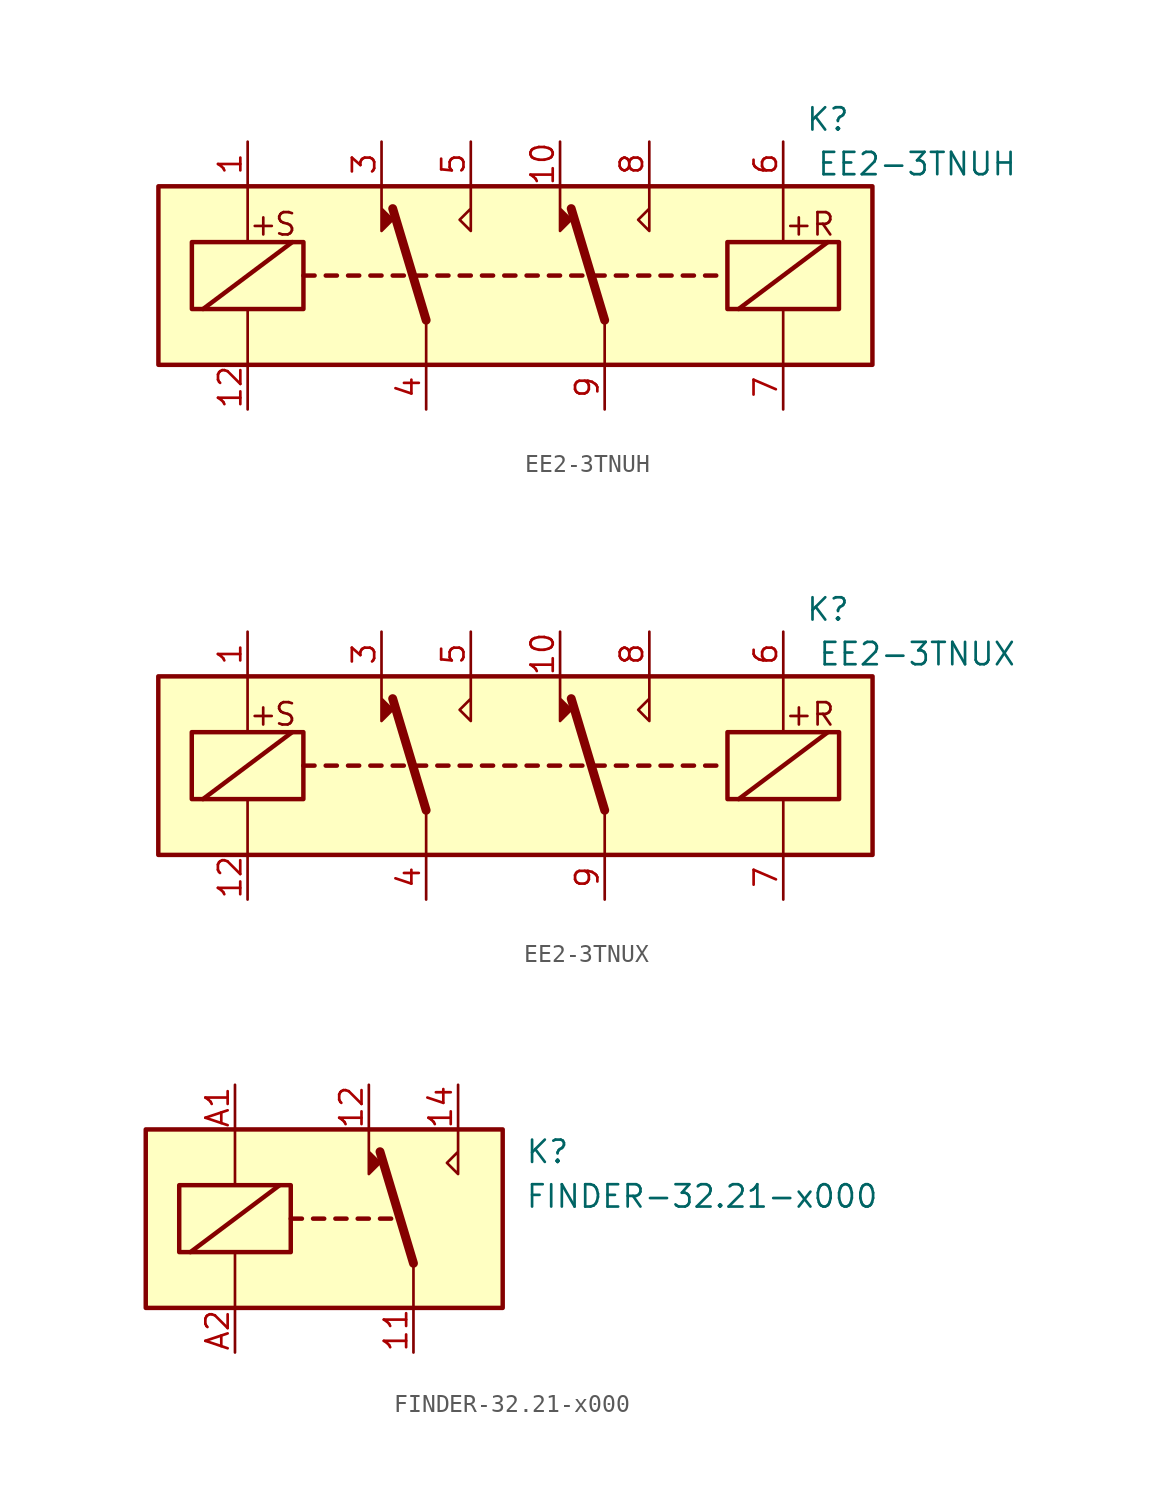
<source format=kicad_sym>
(kicad_symbol_lib
  (version 20211014)
  (generator kicad_symbol_editor)
  (symbol "EE2-3TNUH"
    (property "Reference" "K"
      (at 17.78 8.89 0)
      (effects (font (size 1.27 1.27))))
    (property "Value" "EE2-3TNUH"
      (at 22.86 6.35 0)
      (effects (font (size 1.27 1.27))))
    (symbol "EE2-3TNUH_1_1"
      (rectangle (start -20.32 5.08) (end 20.32 -5.08) (stroke (width 0.254) (type default) (color 0 0 0 0)) (fill (type background)))
      (rectangle (start -18.415 1.905) (end -12.065 -1.905) (stroke (width 0.254) (type default) (color 0 0 0 0)) (fill (type none)))
      (polyline (pts (xy -17.78 -1.905) (xy -12.7 1.905)) (stroke (width 0.254) (type default) (color 0 0 0 0)) (fill (type none)))
      (polyline (pts (xy -15.24 -5.08) (xy -15.24 -1.905)) (stroke (width 0) (type default) (color 0 0 0 0)) (fill (type none)))
      (polyline (pts (xy -15.24 5.08) (xy -15.24 1.905)) (stroke (width 0) (type default) (color 0 0 0 0)) (fill (type none)))
      (polyline (pts (xy -12.065 0) (xy -11.43 0)) (stroke (width 0.254) (type default) (color 0 0 0 0)) (fill (type none)))
      (polyline (pts (xy -10.795 0) (xy -10.16 0)) (stroke (width 0.254) (type default) (color 0 0 0 0)) (fill (type none)))
      (polyline (pts (xy -9.525 0) (xy -8.89 0)) (stroke (width 0.254) (type default) (color 0 0 0 0)) (fill (type none)))
      (polyline (pts (xy -8.255 0) (xy -7.62 0)) (stroke (width 0.254) (type default) (color 0 0 0 0)) (fill (type none)))
      (polyline (pts (xy -6.985 0) (xy -6.35 0)) (stroke (width 0.254) (type default) (color 0 0 0 0)) (fill (type none)))
      (polyline (pts (xy -5.715 0) (xy -5.08 0)) (stroke (width 0.254) (type default) (color 0 0 0 0)) (fill (type none)))
      (polyline (pts (xy -5.08 -2.54) (xy -6.985 3.81)) (stroke (width 0.508) (type default) (color 0 0 0 0)) (fill (type none)))
      (polyline (pts (xy -5.08 -2.54) (xy -5.08 -5.08)) (stroke (width 0) (type default) (color 0 0 0 0)) (fill (type none)))
      (polyline (pts (xy -4.445 0) (xy -3.81 0)) (stroke (width 0.254) (type default) (color 0 0 0 0)) (fill (type none)))
      (polyline (pts (xy -3.175 0) (xy -2.54 0)) (stroke (width 0.254) (type default) (color 0 0 0 0)) (fill (type none)))
      (polyline (pts (xy -1.905 0) (xy -1.27 0)) (stroke (width 0.254) (type default) (color 0 0 0 0)) (fill (type none)))
      (polyline (pts (xy -0.635 0) (xy 0 0)) (stroke (width 0.254) (type default) (color 0 0 0 0)) (fill (type none)))
      (polyline (pts (xy 0.635 0) (xy 1.27 0)) (stroke (width 0.254) (type default) (color 0 0 0 0)) (fill (type none)))
      (polyline (pts (xy 1.905 0) (xy 2.54 0)) (stroke (width 0.254) (type default) (color 0 0 0 0)) (fill (type none)))
      (polyline (pts (xy 3.175 0) (xy 3.81 0)) (stroke (width 0.254) (type default) (color 0 0 0 0)) (fill (type none)))
      (polyline (pts (xy 4.445 0) (xy 5.08 0)) (stroke (width 0.254) (type default) (color 0 0 0 0)) (fill (type none)))
      (polyline (pts (xy 5.08 -2.54) (xy 3.175 3.81)) (stroke (width 0.508) (type default) (color 0 0 0 0)) (fill (type none)))
      (polyline (pts (xy 5.08 -2.54) (xy 5.08 -5.08)) (stroke (width 0) (type default) (color 0 0 0 0)) (fill (type none)))
      (polyline (pts (xy 5.715 0) (xy 6.35 0)) (stroke (width 0.254) (type default) (color 0 0 0 0)) (fill (type none)))
      (polyline (pts (xy 6.985 0) (xy 7.62 0)) (stroke (width 0.254) (type default) (color 0 0 0 0)) (fill (type none)))
      (polyline (pts (xy 8.255 0) (xy 8.89 0)) (stroke (width 0.254) (type default) (color 0 0 0 0)) (fill (type none)))
      (polyline (pts (xy 9.525 0) (xy 10.16 0)) (stroke (width 0.254) (type default) (color 0 0 0 0)) (fill (type none)))
      (polyline (pts (xy 10.795 0) (xy 11.43 0)) (stroke (width 0.254) (type default) (color 0 0 0 0)) (fill (type none)))
      (polyline (pts (xy 12.7 -1.905) (xy 17.78 1.905)) (stroke (width 0.254) (type default) (color 0 0 0 0)) (fill (type none)))
      (polyline (pts (xy 15.24 -5.08) (xy 15.24 -1.905)) (stroke (width 0) (type default) (color 0 0 0 0)) (fill (type none)))
      (polyline (pts (xy 15.24 5.08) (xy 15.24 1.905)) (stroke (width 0) (type default) (color 0 0 0 0)) (fill (type none)))
      (polyline (pts (xy -7.62 5.08) (xy -7.62 2.54) (xy -6.985 3.175) (xy -7.62 3.81)) (stroke (width 0) (type default) (color 0 0 0 0)) (fill (type outline)))
      (polyline (pts (xy -2.54 5.08) (xy -2.54 2.54) (xy -3.175 3.175) (xy -2.54 3.81)) (stroke (width 0) (type default) (color 0 0 0 0)) (fill (type none)))
      (polyline (pts (xy 2.54 5.08) (xy 2.54 2.54) (xy 3.175 3.175) (xy 2.54 3.81)) (stroke (width 0) (type default) (color 0 0 0 0)) (fill (type outline)))
      (polyline (pts (xy 7.62 5.08) (xy 7.62 2.54) (xy 6.985 3.175) (xy 7.62 3.81)) (stroke (width 0) (type default) (color 0 0 0 0)) (fill (type none)))
      (rectangle (start 12.065 1.905) (end 18.415 -1.905) (stroke (width 0.254) (type default) (color 0 0 0 0)) (fill (type none)))
      (text "+" (at -14.351 2.921 0) (effects (font (size 1.27 1.27))))
      (text "+" (at 16.129 2.921 0) (effects (font (size 1.27 1.27))))
      (text "R" (at 17.526 2.921 0) (effects (font (size 1.27 1.27))))
      (text "S" (at -13.081 2.921 0) (effects (font (size 1.27 1.27))))
      (pin passive line (at -15.24 7.62 270) (length 2.54) (name "~" (effects (font (size 1.27 1.27)))) (number "1" (effects (font (size 1.27 1.27)))))
      (pin passive line (at 2.54 7.62 270) (length 2.54) (name "~" (effects (font (size 1.27 1.27)))) (number "10" (effects (font (size 1.27 1.27)))))
      (pin passive line (at -15.24 -7.62 90) (length 2.54) (name "~" (effects (font (size 1.27 1.27)))) (number "12" (effects (font (size 1.27 1.27)))))
      (pin passive line (at -7.62 7.62 270) (length 2.54) (name "~" (effects (font (size 1.27 1.27)))) (number "3" (effects (font (size 1.27 1.27)))))
      (pin passive line (at -5.08 -7.62 90) (length 2.54) (name "~" (effects (font (size 1.27 1.27)))) (number "4" (effects (font (size 1.27 1.27)))))
      (pin passive line (at -2.54 7.62 270) (length 2.54) (name "~" (effects (font (size 1.27 1.27)))) (number "5" (effects (font (size 1.27 1.27)))))
      (pin passive line (at 15.24 7.62 270) (length 2.54) (name "~" (effects (font (size 1.27 1.27)))) (number "6" (effects (font (size 1.27 1.27)))))
      (pin passive line (at 15.24 -7.62 90) (length 2.54) (name "~" (effects (font (size 1.27 1.27)))) (number "7" (effects (font (size 1.27 1.27)))))
      (pin passive line (at 7.62 7.62 270) (length 2.54) (name "~" (effects (font (size 1.27 1.27)))) (number "8" (effects (font (size 1.27 1.27)))))
      (pin passive line (at 5.08 -7.62 90) (length 2.54) (name "~" (effects (font (size 1.27 1.27)))) (number "9" (effects (font (size 1.27 1.27)))))))
  (symbol "EE2-3TNUX"
    (property "Reference" "K"
      (at 17.78 8.89 0)
      (effects (font (size 1.27 1.27))))
    (property "Value" "EE2-3TNUX"
      (at 22.86 6.35 0)
      (effects (font (size 1.27 1.27))))
    (symbol "EE2-3TNUX_1_1"
      (rectangle (start -20.32 5.08) (end 20.32 -5.08) (stroke (width 0.254) (type default) (color 0 0 0 0)) (fill (type background)))
      (rectangle (start -18.415 1.905) (end -12.065 -1.905) (stroke (width 0.254) (type default) (color 0 0 0 0)) (fill (type none)))
      (polyline (pts (xy -17.78 -1.905) (xy -12.7 1.905)) (stroke (width 0.254) (type default) (color 0 0 0 0)) (fill (type none)))
      (polyline (pts (xy -15.24 -5.08) (xy -15.24 -1.905)) (stroke (width 0) (type default) (color 0 0 0 0)) (fill (type none)))
      (polyline (pts (xy -15.24 5.08) (xy -15.24 1.905)) (stroke (width 0) (type default) (color 0 0 0 0)) (fill (type none)))
      (polyline (pts (xy -12.065 0) (xy -11.43 0)) (stroke (width 0.254) (type default) (color 0 0 0 0)) (fill (type none)))
      (polyline (pts (xy -10.795 0) (xy -10.16 0)) (stroke (width 0.254) (type default) (color 0 0 0 0)) (fill (type none)))
      (polyline (pts (xy -9.525 0) (xy -8.89 0)) (stroke (width 0.254) (type default) (color 0 0 0 0)) (fill (type none)))
      (polyline (pts (xy -8.255 0) (xy -7.62 0)) (stroke (width 0.254) (type default) (color 0 0 0 0)) (fill (type none)))
      (polyline (pts (xy -6.985 0) (xy -6.35 0)) (stroke (width 0.254) (type default) (color 0 0 0 0)) (fill (type none)))
      (polyline (pts (xy -5.715 0) (xy -5.08 0)) (stroke (width 0.254) (type default) (color 0 0 0 0)) (fill (type none)))
      (polyline (pts (xy -5.08 -2.54) (xy -6.985 3.81)) (stroke (width 0.508) (type default) (color 0 0 0 0)) (fill (type none)))
      (polyline (pts (xy -5.08 -2.54) (xy -5.08 -5.08)) (stroke (width 0) (type default) (color 0 0 0 0)) (fill (type none)))
      (polyline (pts (xy -4.445 0) (xy -3.81 0)) (stroke (width 0.254) (type default) (color 0 0 0 0)) (fill (type none)))
      (polyline (pts (xy -3.175 0) (xy -2.54 0)) (stroke (width 0.254) (type default) (color 0 0 0 0)) (fill (type none)))
      (polyline (pts (xy -1.905 0) (xy -1.27 0)) (stroke (width 0.254) (type default) (color 0 0 0 0)) (fill (type none)))
      (polyline (pts (xy -0.635 0) (xy 0 0)) (stroke (width 0.254) (type default) (color 0 0 0 0)) (fill (type none)))
      (polyline (pts (xy 0.635 0) (xy 1.27 0)) (stroke (width 0.254) (type default) (color 0 0 0 0)) (fill (type none)))
      (polyline (pts (xy 1.905 0) (xy 2.54 0)) (stroke (width 0.254) (type default) (color 0 0 0 0)) (fill (type none)))
      (polyline (pts (xy 3.175 0) (xy 3.81 0)) (stroke (width 0.254) (type default) (color 0 0 0 0)) (fill (type none)))
      (polyline (pts (xy 4.445 0) (xy 5.08 0)) (stroke (width 0.254) (type default) (color 0 0 0 0)) (fill (type none)))
      (polyline (pts (xy 5.08 -2.54) (xy 3.175 3.81)) (stroke (width 0.508) (type default) (color 0 0 0 0)) (fill (type none)))
      (polyline (pts (xy 5.08 -2.54) (xy 5.08 -5.08)) (stroke (width 0) (type default) (color 0 0 0 0)) (fill (type none)))
      (polyline (pts (xy 5.715 0) (xy 6.35 0)) (stroke (width 0.254) (type default) (color 0 0 0 0)) (fill (type none)))
      (polyline (pts (xy 6.985 0) (xy 7.62 0)) (stroke (width 0.254) (type default) (color 0 0 0 0)) (fill (type none)))
      (polyline (pts (xy 8.255 0) (xy 8.89 0)) (stroke (width 0.254) (type default) (color 0 0 0 0)) (fill (type none)))
      (polyline (pts (xy 9.525 0) (xy 10.16 0)) (stroke (width 0.254) (type default) (color 0 0 0 0)) (fill (type none)))
      (polyline (pts (xy 10.795 0) (xy 11.43 0)) (stroke (width 0.254) (type default) (color 0 0 0 0)) (fill (type none)))
      (polyline (pts (xy 12.7 -1.905) (xy 17.78 1.905)) (stroke (width 0.254) (type default) (color 0 0 0 0)) (fill (type none)))
      (polyline (pts (xy 15.24 -5.08) (xy 15.24 -1.905)) (stroke (width 0) (type default) (color 0 0 0 0)) (fill (type none)))
      (polyline (pts (xy 15.24 5.08) (xy 15.24 1.905)) (stroke (width 0) (type default) (color 0 0 0 0)) (fill (type none)))
      (polyline (pts (xy -7.62 5.08) (xy -7.62 2.54) (xy -6.985 3.175) (xy -7.62 3.81)) (stroke (width 0) (type default) (color 0 0 0 0)) (fill (type outline)))
      (polyline (pts (xy -2.54 5.08) (xy -2.54 2.54) (xy -3.175 3.175) (xy -2.54 3.81)) (stroke (width 0) (type default) (color 0 0 0 0)) (fill (type none)))
      (polyline (pts (xy 2.54 5.08) (xy 2.54 2.54) (xy 3.175 3.175) (xy 2.54 3.81)) (stroke (width 0) (type default) (color 0 0 0 0)) (fill (type outline)))
      (polyline (pts (xy 7.62 5.08) (xy 7.62 2.54) (xy 6.985 3.175) (xy 7.62 3.81)) (stroke (width 0) (type default) (color 0 0 0 0)) (fill (type none)))
      (rectangle (start 12.065 1.905) (end 18.415 -1.905) (stroke (width 0.254) (type default) (color 0 0 0 0)) (fill (type none)))
      (text "+" (at -14.351 2.921 0) (effects (font (size 1.27 1.27))))
      (text "+" (at 16.129 2.921 0) (effects (font (size 1.27 1.27))))
      (text "R" (at 17.526 2.921 0) (effects (font (size 1.27 1.27))))
      (text "S" (at -13.081 2.921 0) (effects (font (size 1.27 1.27))))
      (pin passive line (at -15.24 7.62 270) (length 2.54) (name "~" (effects (font (size 1.27 1.27)))) (number "1" (effects (font (size 1.27 1.27)))))
      (pin passive line (at 2.54 7.62 270) (length 2.54) (name "~" (effects (font (size 1.27 1.27)))) (number "10" (effects (font (size 1.27 1.27)))))
      (pin passive line (at -15.24 -7.62 90) (length 2.54) (name "~" (effects (font (size 1.27 1.27)))) (number "12" (effects (font (size 1.27 1.27)))))
      (pin passive line (at -7.62 7.62 270) (length 2.54) (name "~" (effects (font (size 1.27 1.27)))) (number "3" (effects (font (size 1.27 1.27)))))
      (pin passive line (at -5.08 -7.62 90) (length 2.54) (name "~" (effects (font (size 1.27 1.27)))) (number "4" (effects (font (size 1.27 1.27)))))
      (pin passive line (at -2.54 7.62 270) (length 2.54) (name "~" (effects (font (size 1.27 1.27)))) (number "5" (effects (font (size 1.27 1.27)))))
      (pin passive line (at 15.24 7.62 270) (length 2.54) (name "~" (effects (font (size 1.27 1.27)))) (number "6" (effects (font (size 1.27 1.27)))))
      (pin passive line (at 15.24 -7.62 90) (length 2.54) (name "~" (effects (font (size 1.27 1.27)))) (number "7" (effects (font (size 1.27 1.27)))))
      (pin passive line (at 7.62 7.62 270) (length 2.54) (name "~" (effects (font (size 1.27 1.27)))) (number "8" (effects (font (size 1.27 1.27)))))
      (pin passive line (at 5.08 -7.62 90) (length 2.54) (name "~" (effects (font (size 1.27 1.27)))) (number "9" (effects (font (size 1.27 1.27)))))))
  (symbol "FINDER-32.21-x000"
    (property "Reference" "K"
      (at 11.43 3.81 0)
      (effects (font (size 1.27 1.27)) (justify left)))
    (property "Value" "FINDER-32.21-x000"
      (at 11.43 1.27 0)
      (effects (font (size 1.27 1.27)) (justify left)))
    (symbol "FINDER-32.21-x000_0_0"
      (polyline (pts (xy 2.54 5.08) (xy 2.54 2.54) (xy 3.175 3.175) (xy 2.54 3.81)) (stroke (width 0) (type default) (color 0 0 0 0)) (fill (type outline)))
      (polyline (pts (xy 7.62 5.08) (xy 7.62 2.54) (xy 6.985 3.175) (xy 7.62 3.81)) (stroke (width 0) (type default) (color 0 0 0 0)) (fill (type none))))
    (symbol "FINDER-32.21-x000_0_1"
      (rectangle (start -10.16 5.08) (end 10.16 -5.08) (stroke (width 0.254) (type default) (color 0 0 0 0)) (fill (type background)))
      (rectangle (start -8.255 1.905) (end -1.905 -1.905) (stroke (width 0.254) (type default) (color 0 0 0 0)) (fill (type none)))
      (polyline (pts (xy -7.62 -1.905) (xy -2.54 1.905)) (stroke (width 0.254) (type default) (color 0 0 0 0)) (fill (type none)))
      (polyline (pts (xy -5.08 -5.08) (xy -5.08 -1.905)) (stroke (width 0) (type default) (color 0 0 0 0)) (fill (type none)))
      (polyline (pts (xy -5.08 5.08) (xy -5.08 1.905)) (stroke (width 0) (type default) (color 0 0 0 0)) (fill (type none)))
      (polyline (pts (xy -1.905 0) (xy -1.27 0)) (stroke (width 0.254) (type default) (color 0 0 0 0)) (fill (type none)))
      (polyline (pts (xy -0.635 0) (xy 0 0)) (stroke (width 0.254) (type default) (color 0 0 0 0)) (fill (type none)))
      (polyline (pts (xy 0.635 0) (xy 1.27 0)) (stroke (width 0.254) (type default) (color 0 0 0 0)) (fill (type none)))
      (polyline (pts (xy 1.905 0) (xy 2.54 0)) (stroke (width 0.254) (type default) (color 0 0 0 0)) (fill (type none)))
      (polyline (pts (xy 3.175 0) (xy 3.81 0)) (stroke (width 0.254) (type default) (color 0 0 0 0)) (fill (type none)))
      (polyline (pts (xy 5.08 -2.54) (xy 3.175 3.81)) (stroke (width 0.508) (type default) (color 0 0 0 0)) (fill (type none)))
      (polyline (pts (xy 5.08 -2.54) (xy 5.08 -5.08)) (stroke (width 0) (type default) (color 0 0 0 0)) (fill (type none))))
    (symbol "FINDER-32.21-x000_1_1"
      (pin passive line (at 5.08 -7.62 90) (length 2.54) (name "~" (effects (font (size 1.27 1.27)))) (number "11" (effects (font (size 1.27 1.27)))))
      (pin passive line (at 2.54 7.62 270) (length 2.54) (name "~" (effects (font (size 1.27 1.27)))) (number "12" (effects (font (size 1.27 1.27)))))
      (pin passive line (at 7.62 7.62 270) (length 2.54) (name "~" (effects (font (size 1.27 1.27)))) (number "14" (effects (font (size 1.27 1.27)))))
      (pin passive line (at -5.08 7.62 270) (length 2.54) (name "~" (effects (font (size 1.27 1.27)))) (number "A1" (effects (font (size 1.27 1.27)))))
      (pin passive line (at -5.08 -7.62 90) (length 2.54) (name "~" (effects (font (size 1.27 1.27)))) (number "A2" (effects (font (size 1.27 1.27))))))))
</source>
